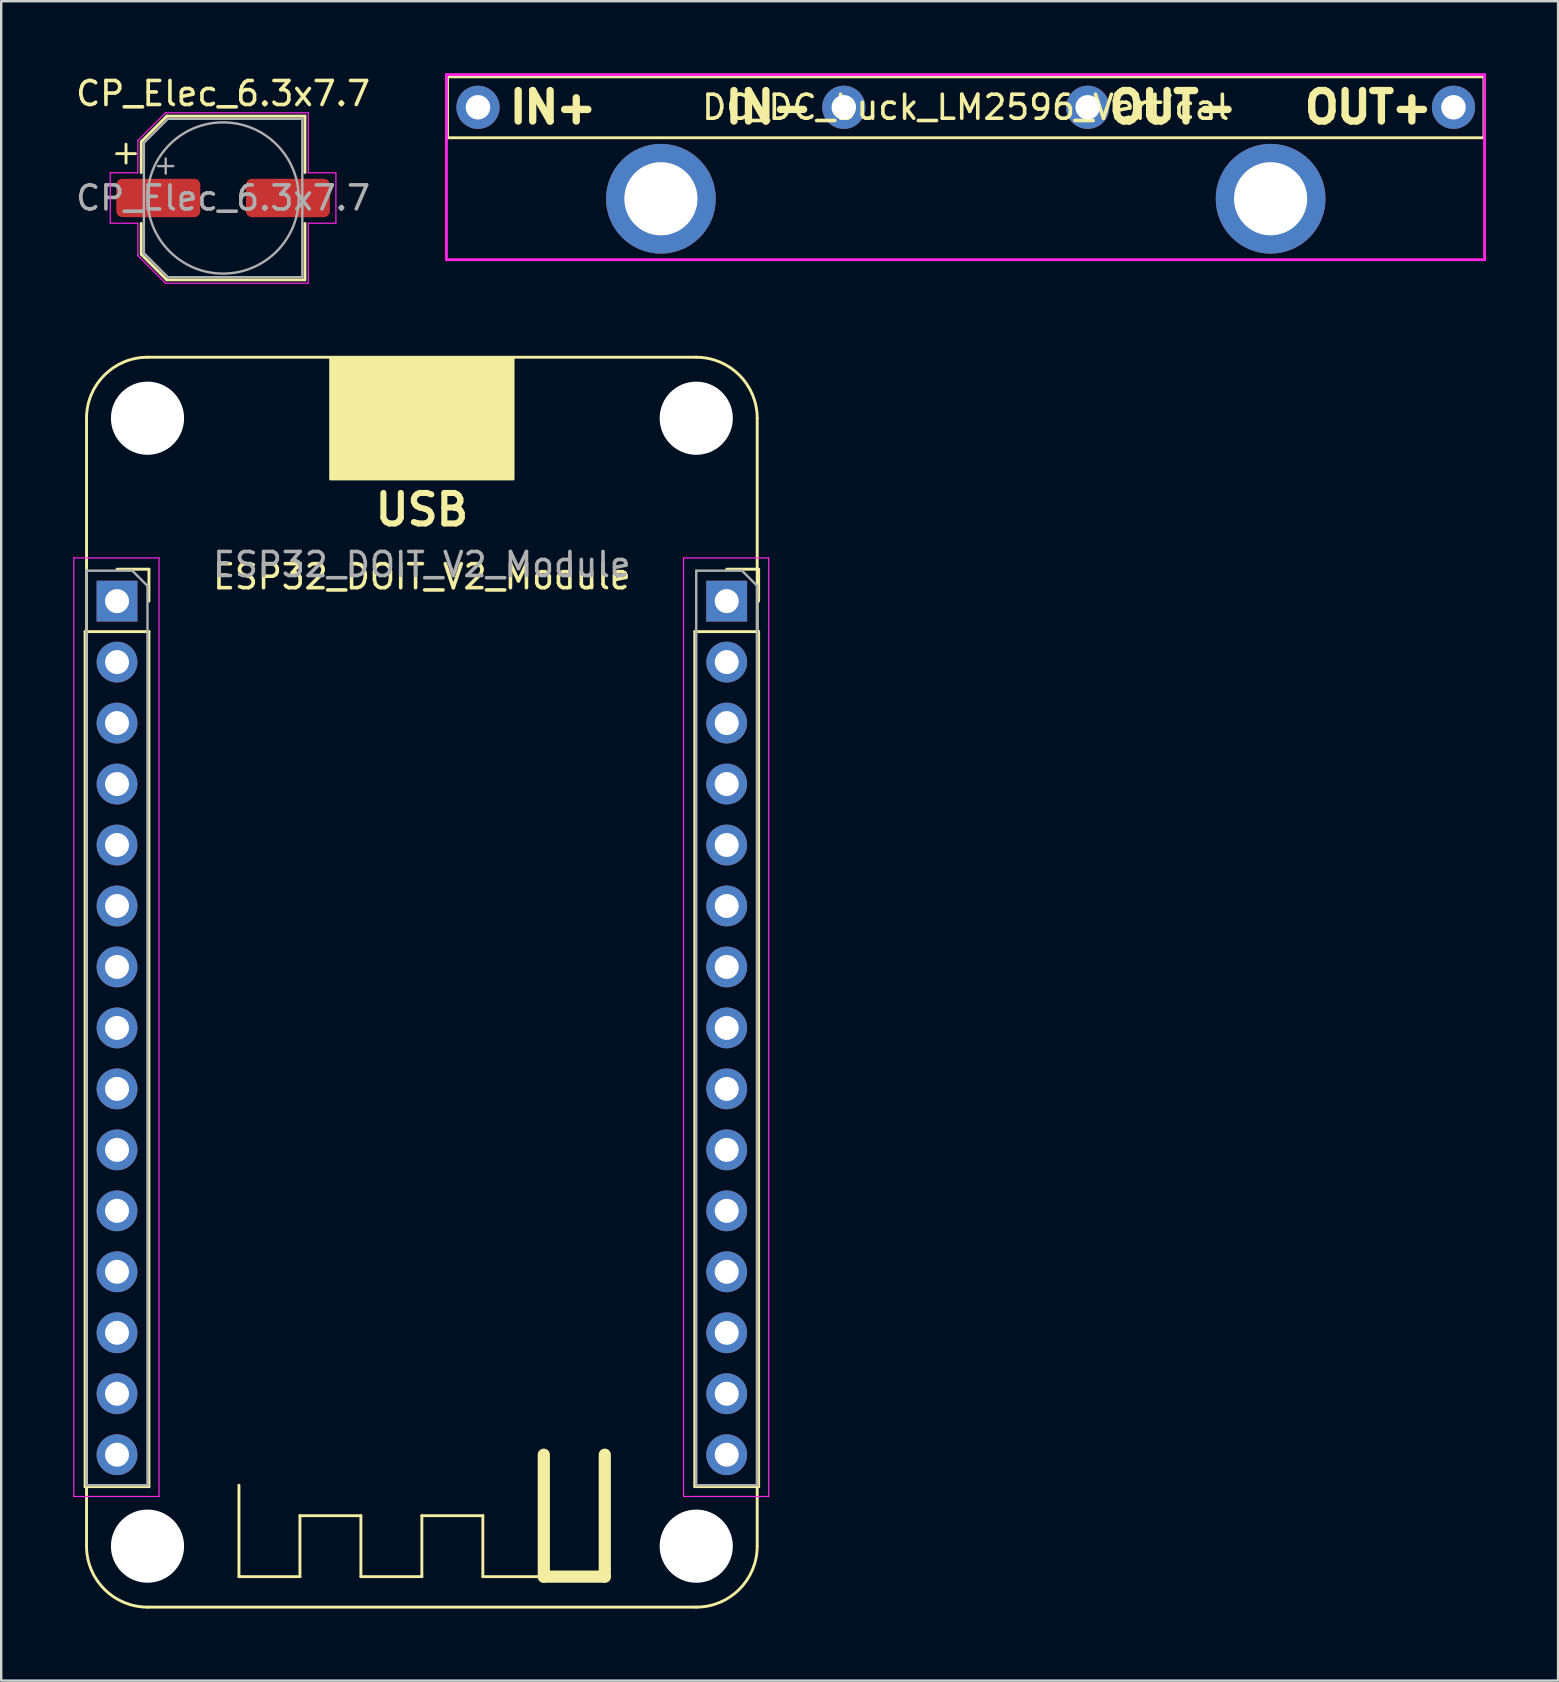
<source format=kicad_pcb>
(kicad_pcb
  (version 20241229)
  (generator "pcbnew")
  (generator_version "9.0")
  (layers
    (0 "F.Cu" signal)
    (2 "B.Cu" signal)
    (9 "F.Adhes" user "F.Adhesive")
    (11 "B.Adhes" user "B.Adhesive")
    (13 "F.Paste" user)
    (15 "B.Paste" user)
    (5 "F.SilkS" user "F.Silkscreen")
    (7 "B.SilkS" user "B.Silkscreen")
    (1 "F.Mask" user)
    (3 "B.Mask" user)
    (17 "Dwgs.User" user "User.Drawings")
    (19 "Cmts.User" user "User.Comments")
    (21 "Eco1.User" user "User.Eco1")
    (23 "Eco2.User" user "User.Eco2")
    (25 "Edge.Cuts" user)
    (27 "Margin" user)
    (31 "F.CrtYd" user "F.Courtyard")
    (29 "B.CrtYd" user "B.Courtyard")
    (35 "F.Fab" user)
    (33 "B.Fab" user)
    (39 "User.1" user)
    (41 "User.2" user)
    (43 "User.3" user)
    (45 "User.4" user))
  (footprint "DC_DC_buck_LM2596_Vertical"
    (layer "F.Cu")
    (at 37.183 1.42)
    (property "Reference" "DC_DC_buck_LM2596_Vertical" (at 0 0 180) (layer "F.SilkS") (effects (font (size 1 1) (thickness 0.15))))
    (attr through_hole)
    (fp_line (start -21.59 -1.27) (end 21.59 -1.27) (stroke (width 0.12) (type solid)) (layer "F.SilkS"))
    (fp_line (start -21.59 1.27) (end -21.59 -1.27) (stroke (width 0.12) (type solid)) (layer "F.SilkS"))
    (fp_line (start 21.59 -1.27) (end 21.59 1.27) (stroke (width 0.12) (type solid)) (layer "F.SilkS"))
    (fp_line (start 21.59 1.27) (end -21.59 1.27) (stroke (width 0.12) (type solid)) (layer "F.SilkS"))
    (fp_line (start -21.635 -1.36) (end 21.615 -1.36) (stroke (width 0.12) (type solid)) (layer "F.CrtYd"))
    (fp_line (start -21.635 6.35) (end -21.635 -1.36) (stroke (width 0.12) (type solid)) (layer "F.CrtYd"))
    (fp_line (start 21.615 -1.36) (end 21.615 6.35) (stroke (width 0.12) (type solid)) (layer "F.CrtYd"))
    (fp_line (start 21.615 6.35) (end -21.635 6.35) (stroke (width 0.12) (type solid)) (layer "F.CrtYd"))
    (fp_text user "IN+" (at -15.24 0 180) (layer "F.SilkS") (effects (font (size 1.27 1.27) (thickness 0.305)) (justify right)))
    (fp_text user "OUT+" (at 13.97 0 180) (layer "F.SilkS") (effects (font (size 1.27 1.27) (thickness 0.305)) (justify left)))
    (fp_text user "IN-" (at -10.16 0 180) (layer "F.SilkS") (effects (font (size 1.27 1.27) (thickness 0.305)) (justify left)))
    (fp_text user "OUT-" (at 11.43 0 180) (layer "F.SilkS") (effects (font (size 1.27 1.27) (thickness 0.305)) (justify right)))
    (pad "" thru_hole circle (at -12.7 3.81) (size 4.572 4.572) (drill 3.048) (layers "*.Cu" "*.Mask"))
    (pad "" thru_hole circle (at 12.7 3.81) (size 4.572 4.572) (drill 3.048) (layers "*.Cu" "*.Mask"))
    (pad "GND" thru_hole circle (at 5.08 0) (size 1.8 1.8) (drill 1.02) (layers "*.Cu" "*.Mask"))
    (pad "GNDPWR" thru_hole circle (at -5.08 0) (size 1.8 1.8) (drill 1.02) (layers "*.Cu" "*.Mask"))
    (pad "VIN" thru_hole circle (at -20.32 0) (size 1.8 1.8) (drill 1.02) (layers "*.Cu" "*.Mask"))
    (pad "VO" thru_hole circle (at 20.32 0) (size 1.8 1.8) (drill 1.02) (layers "*.Cu" "*.Mask")))
  (footprint "CP_Elec_6.3x7.7"
    (layer "F.Cu")
    (at 6.244 5.198)
    (property "Reference" "CP_Elec_6.3x7.7" (at 0 -4.35 0) (layer "F.SilkS") (effects (font (size 1 1) (thickness 0.15))))
    (attr smd)
    (fp_line (start -4.438 -1.847) (end -3.65 -1.847) (stroke (width 0.12) (type solid)) (layer "F.SilkS"))
    (fp_line (start -4.044 -2.241) (end -4.044 -1.454) (stroke (width 0.12) (type solid)) (layer "F.SilkS"))
    (fp_line (start -3.41 -2.346) (end -3.41 -1.06) (stroke (width 0.12) (type solid)) (layer "F.SilkS"))
    (fp_line (start -3.41 -2.346) (end -2.346 -3.41) (stroke (width 0.12) (type solid)) (layer "F.SilkS"))
    (fp_line (start -3.41 2.346) (end -3.41 1.06) (stroke (width 0.12) (type solid)) (layer "F.SilkS"))
    (fp_line (start -3.41 2.346) (end -2.346 3.41) (stroke (width 0.12) (type solid)) (layer "F.SilkS"))
    (fp_line (start -2.346 -3.41) (end 3.41 -3.41) (stroke (width 0.12) (type solid)) (layer "F.SilkS"))
    (fp_line (start -2.346 3.41) (end 3.41 3.41) (stroke (width 0.12) (type solid)) (layer "F.SilkS"))
    (fp_line (start 3.41 -3.41) (end 3.41 -1.06) (stroke (width 0.12) (type solid)) (layer "F.SilkS"))
    (fp_line (start 3.41 3.41) (end 3.41 1.06) (stroke (width 0.12) (type solid)) (layer "F.SilkS"))
    (fp_line (start -4.7 -1.05) (end -4.7 1.05) (stroke (width 0.05) (type solid)) (layer "F.CrtYd"))
    (fp_line (start -4.7 1.05) (end -3.55 1.05) (stroke (width 0.05) (type solid)) (layer "F.CrtYd"))
    (fp_line (start -3.55 -2.4) (end -3.55 -1.05) (stroke (width 0.05) (type solid)) (layer "F.CrtYd"))
    (fp_line (start -3.55 -2.4) (end -2.4 -3.55) (stroke (width 0.05) (type solid)) (layer "F.CrtYd"))
    (fp_line (start -3.55 -1.05) (end -4.7 -1.05) (stroke (width 0.05) (type solid)) (layer "F.CrtYd"))
    (fp_line (start -3.55 1.05) (end -3.55 2.4) (stroke (width 0.05) (type solid)) (layer "F.CrtYd"))
    (fp_line (start -3.55 2.4) (end -2.4 3.55) (stroke (width 0.05) (type solid)) (layer "F.CrtYd"))
    (fp_line (start -2.4 -3.55) (end 3.55 -3.55) (stroke (width 0.05) (type solid)) (layer "F.CrtYd"))
    (fp_line (start -2.4 3.55) (end 3.55 3.55) (stroke (width 0.05) (type solid)) (layer "F.CrtYd"))
    (fp_line (start 3.55 -3.55) (end 3.55 -1.05) (stroke (width 0.05) (type solid)) (layer "F.CrtYd"))
    (fp_line (start 3.55 -1.05) (end 4.7 -1.05) (stroke (width 0.05) (type solid)) (layer "F.CrtYd"))
    (fp_line (start 3.55 1.05) (end 3.55 3.55) (stroke (width 0.05) (type solid)) (layer "F.CrtYd"))
    (fp_line (start 4.7 -1.05) (end 4.7 1.05) (stroke (width 0.05) (type solid)) (layer "F.CrtYd"))
    (fp_line (start 4.7 1.05) (end 3.55 1.05) (stroke (width 0.05) (type solid)) (layer "F.CrtYd"))
    (fp_line (start -3.3 -2.3) (end -3.3 2.3) (stroke (width 0.1) (type solid)) (layer "F.Fab"))
    (fp_line (start -3.3 -2.3) (end -2.3 -3.3) (stroke (width 0.1) (type solid)) (layer "F.Fab"))
    (fp_line (start -3.3 2.3) (end -2.3 3.3) (stroke (width 0.1) (type solid)) (layer "F.Fab"))
    (fp_line (start -2.705 -1.33) (end -2.075 -1.33) (stroke (width 0.1) (type solid)) (layer "F.Fab"))
    (fp_line (start -2.39 -1.645) (end -2.39 -1.015) (stroke (width 0.1) (type solid)) (layer "F.Fab"))
    (fp_line (start -2.3 -3.3) (end 3.3 -3.3) (stroke (width 0.1) (type solid)) (layer "F.Fab"))
    (fp_line (start -2.3 3.3) (end 3.3 3.3) (stroke (width 0.1) (type solid)) (layer "F.Fab"))
    (fp_line (start 3.3 -3.3) (end 3.3 3.3) (stroke (width 0.1) (type solid)) (layer "F.Fab"))
    (fp_circle (center 0 0) (end 3.15 0) (stroke (width 0.1) (type solid)) (fill no) (layer "F.Fab"))
    (fp_text user "${REFERENCE}" (at 0 0 0) (layer "F.Fab") (effects (font (size 1 1) (thickness 0.15))))
    (pad "1" smd roundrect (at -2.7 0) (size 3.5 1.6) (layers "F.Cu" "F.Mask" "F.Paste") (roundrect_rratio 0.156))
    (pad "2" smd roundrect (at 2.7 0) (size 3.5 1.6) (layers "F.Cu" "F.Mask" "F.Paste") (roundrect_rratio 0.156)))
  (footprint "ESP32_DOIT_V2_Module"
    (layer "F.Cu")
    (at 14.525 21.993)
    (property "Reference" "ESP32_DOIT_V2_Module" (at 0 -1.016 180) (layer "F.SilkS") (effects (font (size 1 1) (thickness 0.15))))
    (attr through_hole)
    (fp_line (start -14.03 1.27) (end -14.03 36.89) (stroke (width 0.12) (type solid)) (layer "F.SilkS"))
    (fp_line (start -14.03 1.27) (end -11.37 1.27) (stroke (width 0.12) (type solid)) (layer "F.SilkS"))
    (fp_line (start -14.03 36.89) (end -11.37 36.89) (stroke (width 0.12) (type solid)) (layer "F.SilkS"))
    (fp_line (start -13.97 -7.62) (end -13.97 39.37) (stroke (width 0.12) (type solid)) (layer "F.SilkS"))
    (fp_line (start -12.7 -1.33) (end -11.37 -1.33) (stroke (width 0.12) (type solid)) (layer "F.SilkS"))
    (fp_line (start -11.43 -10.16) (end 11.43 -10.16) (stroke (width 0.12) (type solid)) (layer "F.SilkS"))
    (fp_line (start -11.43 41.91) (end 11.43 41.91) (stroke (width 0.12) (type solid)) (layer "F.SilkS"))
    (fp_line (start -11.37 -1.33) (end -11.37 0) (stroke (width 0.12) (type solid)) (layer "F.SilkS"))
    (fp_line (start -11.37 1.27) (end -11.37 36.89) (stroke (width 0.12) (type solid)) (layer "F.SilkS"))
    (fp_line (start -7.62 40.64) (end -7.62 36.83) (stroke (width 0.12) (type solid)) (layer "F.SilkS"))
    (fp_line (start -5.08 38.1) (end -5.08 40.64) (stroke (width 0.12) (type solid)) (layer "F.SilkS"))
    (fp_line (start -5.08 40.64) (end -7.62 40.64) (stroke (width 0.12) (type solid)) (layer "F.SilkS"))
    (fp_line (start -2.54 38.1) (end -5.08 38.1) (stroke (width 0.12) (type solid)) (layer "F.SilkS"))
    (fp_line (start -2.54 40.64) (end -2.54 38.1) (stroke (width 0.12) (type solid)) (layer "F.SilkS"))
    (fp_line (start 0 38.1) (end 0 40.64) (stroke (width 0.12) (type solid)) (layer "F.SilkS"))
    (fp_line (start 0 40.64) (end -2.54 40.64) (stroke (width 0.12) (type solid)) (layer "F.SilkS"))
    (fp_line (start 2.54 38.1) (end 0 38.1) (stroke (width 0.12) (type solid)) (layer "F.SilkS"))
    (fp_line (start 2.54 40.64) (end 2.54 38.1) (stroke (width 0.12) (type solid)) (layer "F.SilkS"))
    (fp_line (start 5.08 40.64) (end 2.54 40.64) (stroke (width 0.12) (type solid)) (layer "F.SilkS"))
    (fp_line (start 5.08 40.64) (end 5.08 35.56) (stroke (width 0.508) (type solid)) (layer "F.SilkS"))
    (fp_line (start 7.62 35.56) (end 7.62 40.64) (stroke (width 0.508) (type solid)) (layer "F.SilkS"))
    (fp_line (start 7.62 40.64) (end 5.08 40.64) (stroke (width 0.508) (type solid)) (layer "F.SilkS"))
    (fp_line (start 11.37 1.27) (end 11.37 36.89) (stroke (width 0.12) (type solid)) (layer "F.SilkS"))
    (fp_line (start 11.37 1.27) (end 14.03 1.27) (stroke (width 0.12) (type solid)) (layer "F.SilkS"))
    (fp_line (start 11.37 36.89) (end 14.03 36.89) (stroke (width 0.12) (type solid)) (layer "F.SilkS"))
    (fp_line (start 12.7 -1.33) (end 14.03 -1.33) (stroke (width 0.12) (type solid)) (layer "F.SilkS"))
    (fp_line (start 13.97 39.37) (end 13.97 -7.62) (stroke (width 0.12) (type solid)) (layer "F.SilkS"))
    (fp_line (start 14.03 -1.33) (end 14.03 0) (stroke (width 0.12) (type solid)) (layer "F.SilkS"))
    (fp_line (start 14.03 1.27) (end 14.03 36.89) (stroke (width 0.12) (type solid)) (layer "F.SilkS"))
    (fp_arc (start -13.97 -7.62) (mid -13.226051 -9.416051) (end -11.43 -10.16) (stroke (width 0.12) (type solid)) (layer "F.SilkS"))
    (fp_arc (start -11.43 41.91) (mid -13.226051 41.166051) (end -13.97 39.37) (stroke (width 0.12) (type solid)) (layer "F.SilkS"))
    (fp_arc (start 11.43 -10.16) (mid 13.226051 -9.416051) (end 13.97 -7.62) (stroke (width 0.12) (type solid)) (layer "F.SilkS"))
    (fp_arc (start 13.97 39.37) (mid 13.226051 41.166051) (end 11.43 41.91) (stroke (width 0.12) (type solid)) (layer "F.SilkS"))
    (fp_poly (pts (xy 3.81 -5.08) (xy -3.81 -5.08) (xy -3.81 -10.16) (xy 3.81 -10.16)) (stroke (width 0.1) (type solid)) (fill yes) (layer "F.SilkS"))
    (fp_line (start -14.5 -1.8) (end -10.95 -1.8) (stroke (width 0.05) (type solid)) (layer "F.CrtYd"))
    (fp_line (start -14.5 37.3) (end -14.5 -1.8) (stroke (width 0.05) (type solid)) (layer "F.CrtYd"))
    (fp_line (start -10.95 -1.8) (end -10.95 37.3) (stroke (width 0.05) (type solid)) (layer "F.CrtYd"))
    (fp_line (start -10.95 37.3) (end -14.5 37.3) (stroke (width 0.05) (type solid)) (layer "F.CrtYd"))
    (fp_line (start 10.9 -1.8) (end 14.45 -1.8) (stroke (width 0.05) (type solid)) (layer "F.CrtYd"))
    (fp_line (start 10.9 37.3) (end 10.9 -1.8) (stroke (width 0.05) (type solid)) (layer "F.CrtYd"))
    (fp_line (start 14.45 -1.8) (end 14.45 37.3) (stroke (width 0.05) (type solid)) (layer "F.CrtYd"))
    (fp_line (start 14.45 37.3) (end 10.9 37.3) (stroke (width 0.05) (type solid)) (layer "F.CrtYd"))
    (fp_line (start -13.97 -1.27) (end -12.065 -1.27) (stroke (width 0.1) (type solid)) (layer "F.Fab"))
    (fp_line (start -13.97 36.83) (end -13.97 -1.27) (stroke (width 0.1) (type solid)) (layer "F.Fab"))
    (fp_line (start -12.065 -1.27) (end -11.43 -0.635) (stroke (width 0.1) (type solid)) (layer "F.Fab"))
    (fp_line (start -11.43 -0.635) (end -11.43 36.83) (stroke (width 0.1) (type solid)) (layer "F.Fab"))
    (fp_line (start -11.43 36.83) (end -13.97 36.83) (stroke (width 0.1) (type solid)) (layer "F.Fab"))
    (fp_line (start 11.43 -1.27) (end 13.335 -1.27) (stroke (width 0.1) (type solid)) (layer "F.Fab"))
    (fp_line (start 11.43 36.83) (end 11.43 -1.27) (stroke (width 0.1) (type solid)) (layer "F.Fab"))
    (fp_line (start 13.335 -1.27) (end 13.97 -0.635) (stroke (width 0.1) (type solid)) (layer "F.Fab"))
    (fp_line (start 13.97 -0.635) (end 13.97 36.83) (stroke (width 0.1) (type solid)) (layer "F.Fab"))
    (fp_line (start 13.97 36.83) (end 11.43 36.83) (stroke (width 0.1) (type solid)) (layer "F.Fab"))
    (fp_text user "USB" (at 0 -3.81 180) (layer "F.SilkS") (effects (font (size 1.27 1.27) (thickness 0.254))))
    (fp_text user "${REFERENCE}" (at 0 -1.524 0) (layer "F.Fab") (effects (font (size 1 1) (thickness 0.15))))
    (pad "" np_thru_hole circle (at -11.43 -7.62) (size 3.048 3.048) (drill 3.048) (layers "*.Cu" "*.Mask"))
    (pad "" np_thru_hole circle (at -11.43 39.37) (size 3.048 3.048) (drill 3.048) (layers "*.Cu" "*.Mask"))
    (pad "" np_thru_hole circle (at 11.43 -7.62) (size 3.048 3.048) (drill 3.048) (layers "*.Cu" "*.Mask"))
    (pad "" np_thru_hole circle (at 11.43 39.37) (size 3.048 3.048) (drill 3.048) (layers "*.Cu" "*.Mask"))
    (pad "1" thru_hole rect (at -12.7 0) (size 1.7 1.7) (drill 1) (layers "*.Cu" "*.Mask"))
    (pad "2" thru_hole oval (at -12.7 2.54) (size 1.7 1.7) (drill 1) (layers "*.Cu" "*.Mask"))
    (pad "3" thru_hole oval (at -12.7 5.08) (size 1.7 1.7) (drill 1) (layers "*.Cu" "*.Mask"))
    (pad "4" thru_hole oval (at -12.7 7.62) (size 1.7 1.7) (drill 1) (layers "*.Cu" "*.Mask"))
    (pad "5" thru_hole oval (at -12.7 10.16) (size 1.7 1.7) (drill 1) (layers "*.Cu" "*.Mask"))
    (pad "6" thru_hole oval (at -12.7 12.7) (size 1.7 1.7) (drill 1) (layers "*.Cu" "*.Mask"))
    (pad "7" thru_hole oval (at -12.7 15.24) (size 1.7 1.7) (drill 1) (layers "*.Cu" "*.Mask"))
    (pad "8" thru_hole oval (at -12.7 17.78) (size 1.7 1.7) (drill 1) (layers "*.Cu" "*.Mask"))
    (pad "9" thru_hole oval (at -12.7 20.32) (size 1.7 1.7) (drill 1) (layers "*.Cu" "*.Mask"))
    (pad "10" thru_hole oval (at -12.7 22.86) (size 1.7 1.7) (drill 1) (layers "*.Cu" "*.Mask"))
    (pad "11" thru_hole oval (at -12.7 25.4) (size 1.7 1.7) (drill 1) (layers "*.Cu" "*.Mask"))
    (pad "12" thru_hole oval (at -12.7 27.94) (size 1.7 1.7) (drill 1) (layers "*.Cu" "*.Mask"))
    (pad "13" thru_hole oval (at -12.7 30.48) (size 1.7 1.7) (drill 1) (layers "*.Cu" "*.Mask"))
    (pad "14" thru_hole oval (at -12.7 33.02) (size 1.7 1.7) (drill 1) (layers "*.Cu" "*.Mask"))
    (pad "15" thru_hole oval (at -12.7 35.56) (size 1.7 1.7) (drill 1) (layers "*.Cu" "*.Mask"))
    (pad "16" thru_hole oval (at 12.7 35.56) (size 1.7 1.7) (drill 1) (layers "*.Cu" "*.Mask"))
    (pad "17" thru_hole oval (at 12.7 33.02) (size 1.7 1.7) (drill 1) (layers "*.Cu" "*.Mask"))
    (pad "18" thru_hole oval (at 12.7 30.48) (size 1.7 1.7) (drill 1) (layers "*.Cu" "*.Mask"))
    (pad "19" thru_hole oval (at 12.7 27.94) (size 1.7 1.7) (drill 1) (layers "*.Cu" "*.Mask"))
    (pad "20" thru_hole oval (at 12.7 25.4) (size 1.7 1.7) (drill 1) (layers "*.Cu" "*.Mask"))
    (pad "21" thru_hole oval (at 12.7 22.86) (size 1.7 1.7) (drill 1) (layers "*.Cu" "*.Mask"))
    (pad "22" thru_hole oval (at 12.7 20.32) (size 1.7 1.7) (drill 1) (layers "*.Cu" "*.Mask"))
    (pad "23" thru_hole oval (at 12.7 17.78) (size 1.7 1.7) (drill 1) (layers "*.Cu" "*.Mask"))
    (pad "24" thru_hole oval (at 12.7 15.24) (size 1.7 1.7) (drill 1) (layers "*.Cu" "*.Mask"))
    (pad "25" thru_hole oval (at 12.7 12.7) (size 1.7 1.7) (drill 1) (layers "*.Cu" "*.Mask"))
    (pad "26" thru_hole oval (at 12.7 10.16) (size 1.7 1.7) (drill 1) (layers "*.Cu" "*.Mask"))
    (pad "27" thru_hole oval (at 12.7 7.62) (size 1.7 1.7) (drill 1) (layers "*.Cu" "*.Mask"))
    (pad "28" thru_hole oval (at 12.7 5.08) (size 1.7 1.7) (drill 1) (layers "*.Cu" "*.Mask"))
    (pad "29" thru_hole oval (at 12.7 2.54) (size 1.7 1.7) (drill 1) (layers "*.Cu" "*.Mask"))
    (pad "30" thru_hole rect (at 12.7 0) (size 1.7 1.7) (drill 1) (layers "*.Cu" "*.Mask")))
  (gr_rect
    (start -3 -3)
    (end 61.858 66.963)
    (stroke (width 0.1) (type default))
    (fill no)
    (layer "Edge.Cuts")))
</source>
